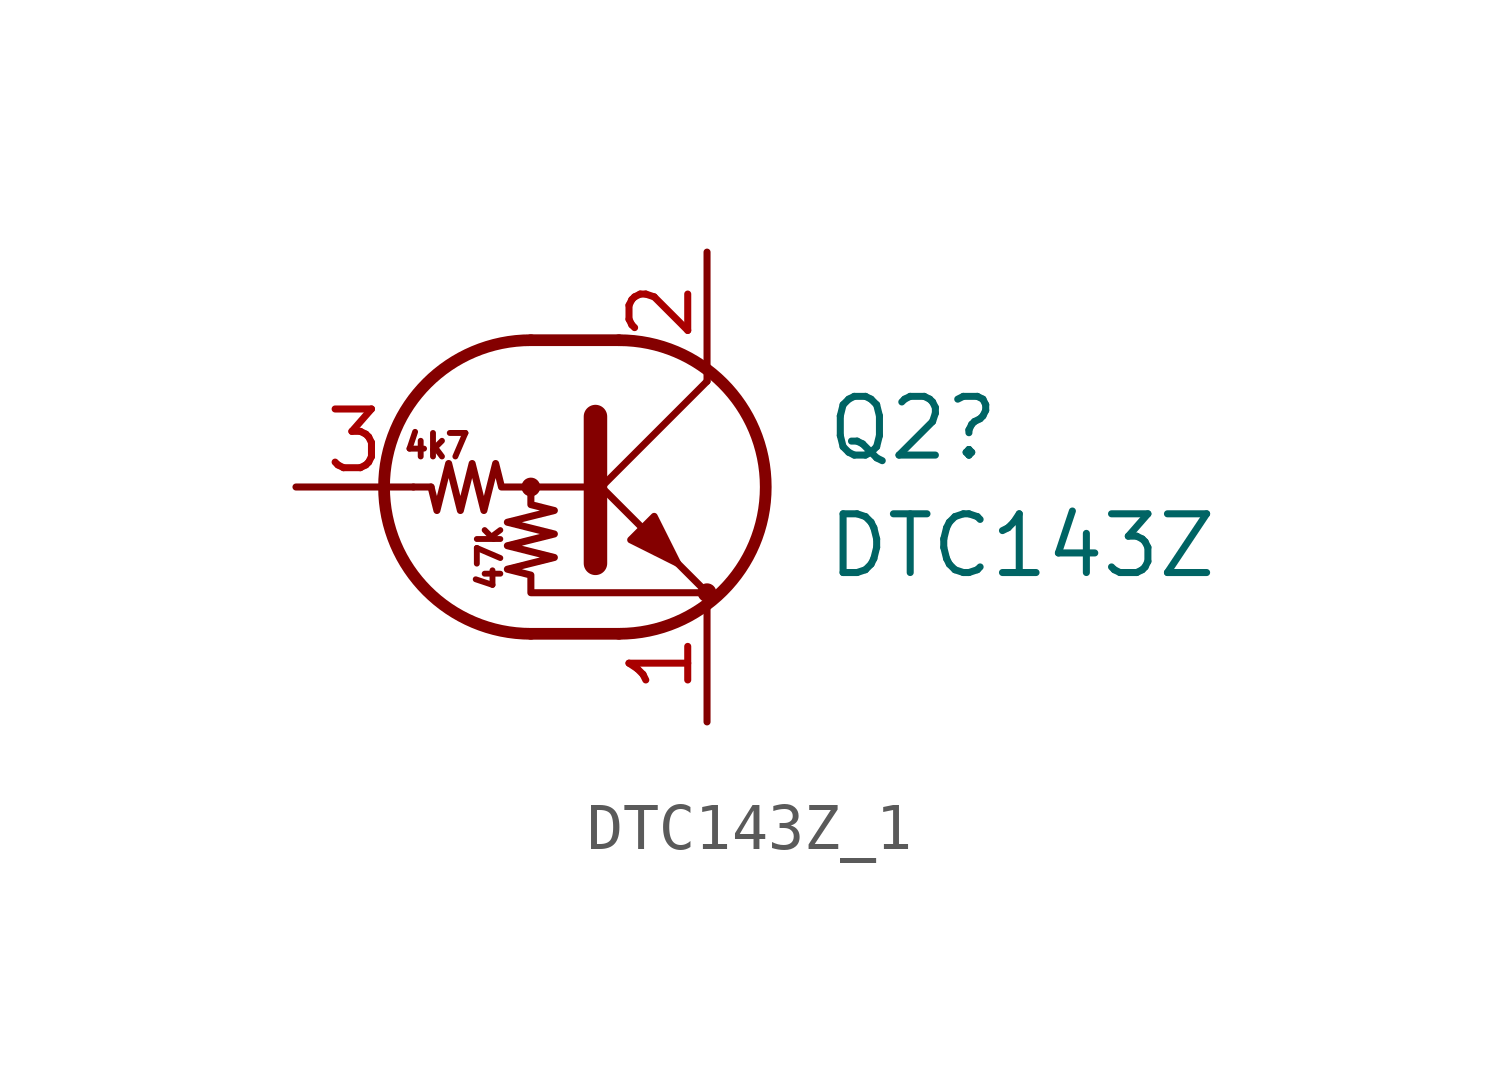
<source format=kicad_sym>
(kicad_symbol_lib
  (version 20220914)
  (generator kicad_symbol_editor)
  (symbol "DTC143Z_1"
    (pin_names
      (offset 0) hide)
    (property "Reference" "Q2"
      (at 5.08 1.27 0)
      (effects (font (size 1.27 1.27)) (justify left)))
    (property "Value" "DTC143Z"
      (at 5.08 -1.27 0)
      (effects (font (size 1.27 1.27)) (justify left)))
    (symbol "DTC143Z_1_0_0"
      (text "47k" (at -2.159 -1.524 900) (effects (font (size 0.508 0.508))))
      (text "4k7" (at -3.302 0.889 0) (effects (font (size 0.508 0.508)))))
    (symbol "DTC143Z_1_0_1"
      (circle (center -1.27 0) (radius 0.127) (stroke (width 0) (type default)) (fill (type none)))
      (arc (start -1.27 3.175) (mid -4.4312 0) (end -1.27 -3.175) (stroke (width 0.254) (type default)) (fill (type none)))
      (polyline (pts (xy -3.429 0) (xy -3.81 0)) (stroke (width 0) (type default)) (fill (type none)))
      (polyline (pts (xy -1.27 -3.175) (xy 0.635 -3.175)) (stroke (width 0.254) (type default)) (fill (type none)))
      (polyline (pts (xy -1.27 3.175) (xy 0.635 3.175)) (stroke (width 0.254) (type default)) (fill (type none)))
      (polyline (pts (xy 0 -0.254) (xy 2.54 2.286)) (stroke (width 0) (type default)) (fill (type none)))
      (polyline (pts (xy 0.127 1.524) (xy 0.127 -1.651)) (stroke (width 0.508) (type default)) (fill (type outline)))
      (polyline (pts (xy 2.54 2.286) (xy 2.54 2.54)) (stroke (width 0) (type default)) (fill (type none)))
      (polyline (pts (xy 2.54 -2.286) (xy 0 0.254) (xy 0 0.254)) (stroke (width 0) (type default)) (fill (type none)))
      (polyline (pts (xy 0.889 -1.143) (xy 1.397 -0.635) (xy 1.905 -1.651) (xy 0.889 -1.143)) (stroke (width 0) (type default)) (fill (type outline)))
      (polyline (pts (xy 0 0) (xy -1.905 0) (xy -2.032 0.508) (xy -2.286 -0.508) (xy -2.54 0.508) (xy -2.794 -0.508) (xy -3.048 0.508) (xy -3.302 -0.508) (xy -3.429 0)) (stroke (width 0) (type default)) (fill (type none)))
      (polyline (pts (xy -1.27 0) (xy -1.27 -0.381) (xy -0.762 -0.508) (xy -1.778 -0.762) (xy -0.762 -1.016) (xy -1.778 -1.27) (xy -0.762 -1.524) (xy -1.778 -1.778) (xy -1.27 -1.905) (xy -1.27 -2.286) (xy 2.54 -2.286)) (stroke (width 0) (type default)) (fill (type none)))
      (arc (start 0.635 -3.175) (mid 3.7962 0) (end 0.635 3.175) (stroke (width 0.254) (type default)) (fill (type none)))
      (circle (center 2.54 -2.286) (radius 0.127) (stroke (width 0) (type default)) (fill (type none))))
    (symbol "DTC143Z_1_1_1"
      (pin passive line (at 2.54 -5.08 90) (length 2.54) (name "E" (effects (font (size 1.27 1.27)))) (number "1" (effects (font (size 1.27 1.27)))))
      (pin passive line (at 2.54 5.08 270) (length 2.54) (name "C" (effects (font (size 1.27 1.27)))) (number "2" (effects (font (size 1.27 1.27)))))
      (pin input line (at -6.35 0 0) (length 2.54) (name "B" (effects (font (size 1.27 1.27)))) (number "3" (effects (font (size 1.27 1.27))))))))
</source>
